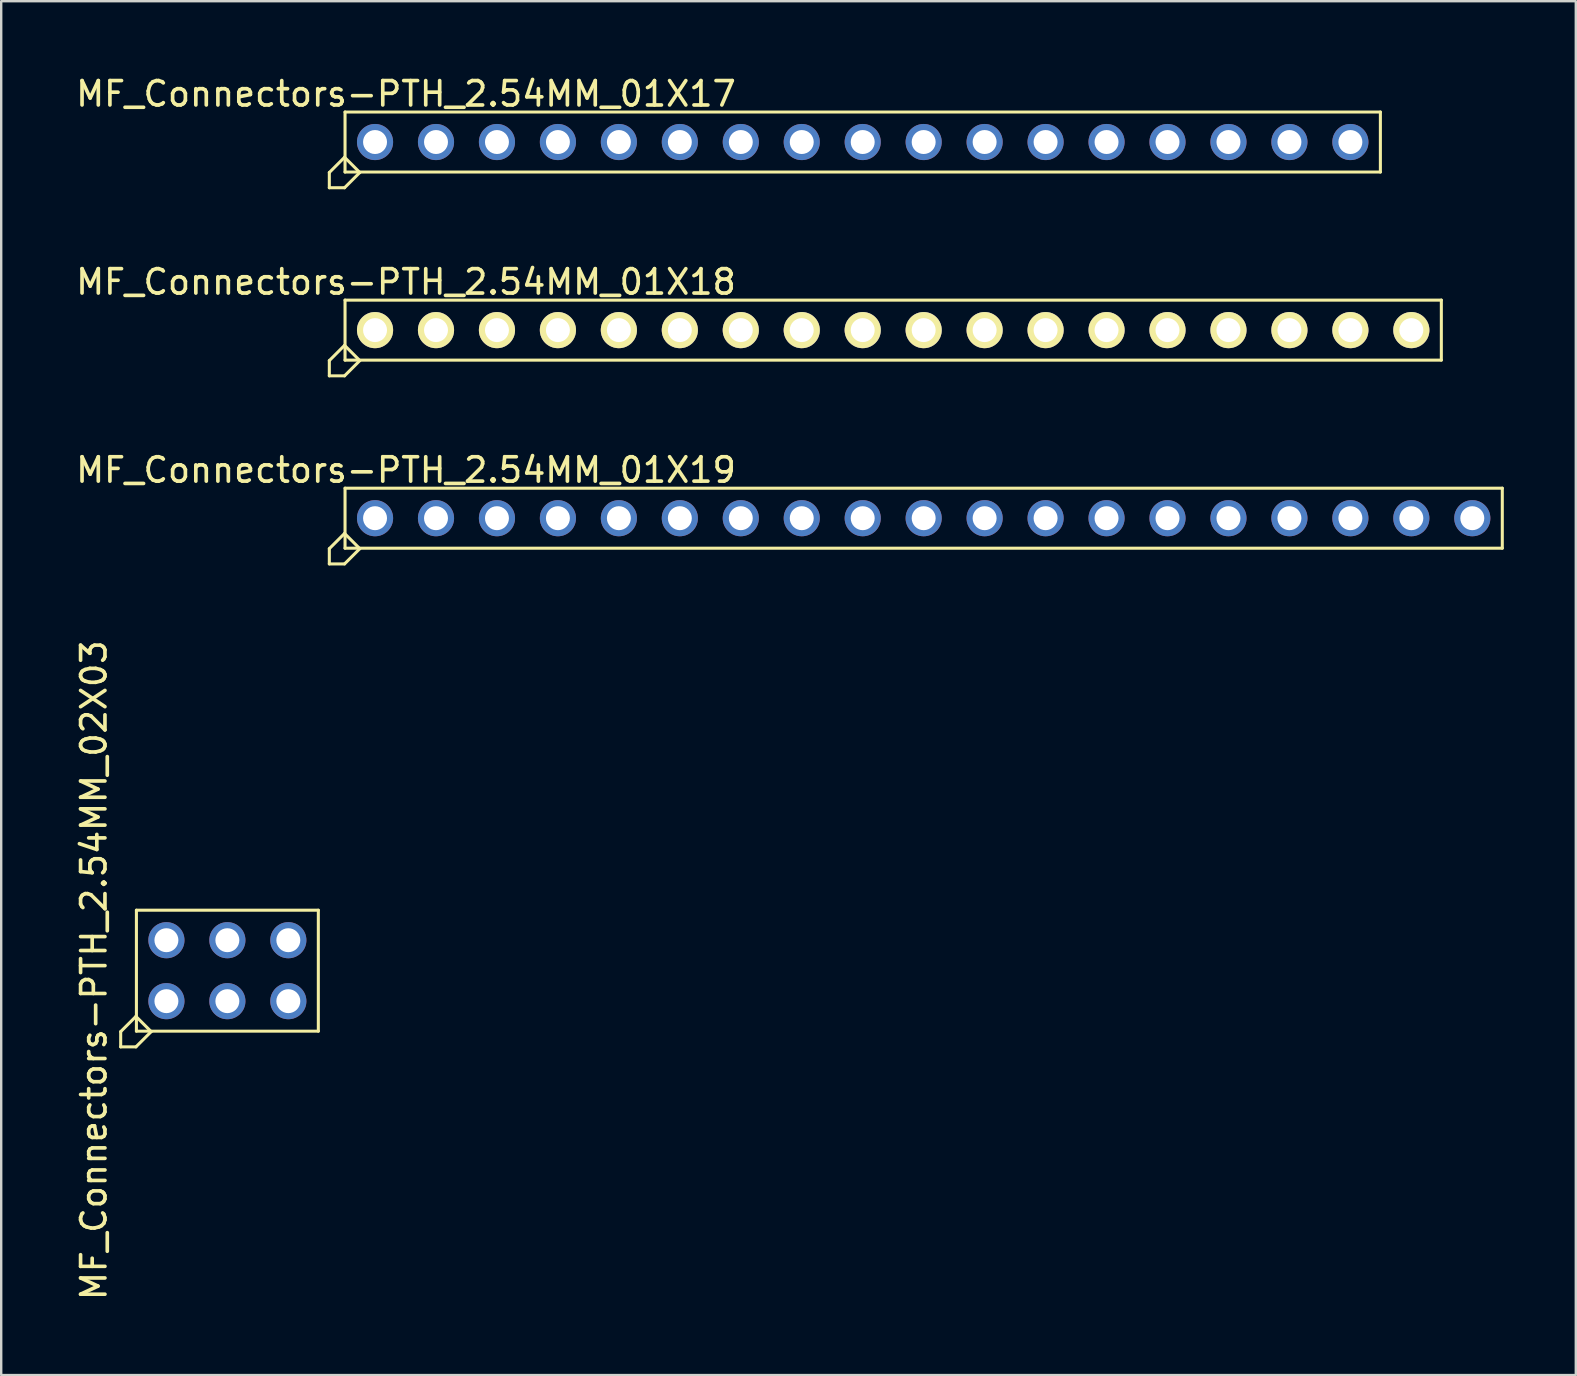
<source format=kicad_pcb>
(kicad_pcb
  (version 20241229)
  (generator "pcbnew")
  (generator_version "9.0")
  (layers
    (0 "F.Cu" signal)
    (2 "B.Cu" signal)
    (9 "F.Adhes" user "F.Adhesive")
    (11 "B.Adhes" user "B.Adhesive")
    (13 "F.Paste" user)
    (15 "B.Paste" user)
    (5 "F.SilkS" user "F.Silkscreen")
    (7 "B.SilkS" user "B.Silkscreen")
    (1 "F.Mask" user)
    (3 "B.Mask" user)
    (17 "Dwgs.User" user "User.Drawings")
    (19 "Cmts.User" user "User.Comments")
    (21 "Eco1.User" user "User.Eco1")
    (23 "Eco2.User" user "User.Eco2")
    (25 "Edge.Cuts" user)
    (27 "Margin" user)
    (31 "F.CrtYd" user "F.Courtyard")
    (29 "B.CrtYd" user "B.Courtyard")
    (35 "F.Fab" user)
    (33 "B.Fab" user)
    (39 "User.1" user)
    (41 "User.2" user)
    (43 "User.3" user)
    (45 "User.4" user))
  (footprint "MF_Connectors-PTH_2.54MM_02X03"
    (layer "F.Cu")
    (at 6.424 37.396)
    (property "Reference" "MF_Connectors-PTH_2.54MM_02X03" (at -5.563 -0.018 90) (layer "F.SilkS") (effects (font (size 1.016 1.016) (thickness 0.152))))
    (attr exclude_from_pos_files exclude_from_bom)
    (fp_line (start -4.445 2.54) (end -4.445 3.175) (stroke (width 0.127) (type solid)) (layer "F.SilkS"))
    (fp_line (start -4.445 3.175) (end -3.81 3.175) (stroke (width 0.127) (type solid)) (layer "F.SilkS"))
    (fp_line (start -3.81 1.905) (end -4.445 2.54) (stroke (width 0.127) (type solid)) (layer "F.SilkS"))
    (fp_line (start -3.81 3.175) (end -3.175 2.54) (stroke (width 0.127) (type solid)) (layer "F.SilkS"))
    (fp_line (start -3.79 -2.52) (end 3.79 -2.52) (stroke (width 0.127) (type solid)) (layer "F.SilkS"))
    (fp_line (start -3.79 2.52) (end -3.79 -2.52) (stroke (width 0.127) (type solid)) (layer "F.SilkS"))
    (fp_line (start -3.175 2.54) (end -3.81 1.905) (stroke (width 0.127) (type solid)) (layer "F.SilkS"))
    (fp_line (start 3.79 -2.52) (end 3.79 2.52) (stroke (width 0.127) (type solid)) (layer "F.SilkS"))
    (fp_line (start 3.79 2.52) (end -3.79 2.52) (stroke (width 0.127) (type solid)) (layer "F.SilkS"))
    (pad "1" thru_hole circle (at -2.54 1.27) (size 1.506 1.506) (drill 0.998) (layers "*.Cu" "*.Mask"))
    (pad "2" thru_hole circle (at -2.54 -1.27) (size 1.506 1.506) (drill 0.998) (layers "*.Cu" "*.Mask"))
    (pad "3" thru_hole circle (at 0 1.27) (size 1.506 1.506) (drill 0.998) (layers "*.Cu" "*.Mask"))
    (pad "4" thru_hole circle (at 0 -1.27) (size 1.506 1.506) (drill 0.998) (layers "*.Cu" "*.Mask"))
    (pad "5" thru_hole circle (at 2.54 1.27) (size 1.506 1.506) (drill 0.998) (layers "*.Cu" "*.Mask"))
    (pad "6" thru_hole circle (at 2.54 -1.27) (size 1.506 1.506) (drill 0.998) (layers "*.Cu" "*.Mask")))
  (footprint "MF_Connectors-PTH_2.54MM_01X19"
    (layer "F.Cu")
    (at 35.437 18.542)
    (property "Reference" "MF_Connectors-PTH_2.54MM_01X19" (at -21.57 -2.007 0) (layer "F.SilkS") (effects (font (size 1.016 1.016) (thickness 0.152))))
    (attr exclude_from_pos_files exclude_from_bom)
    (fp_line (start -24.765 1.27) (end -24.765 1.905) (stroke (width 0.127) (type solid)) (layer "F.SilkS"))
    (fp_line (start -24.765 1.905) (end -24.13 1.905) (stroke (width 0.127) (type solid)) (layer "F.SilkS"))
    (fp_line (start -24.13 0.635) (end -24.765 1.27) (stroke (width 0.127) (type solid)) (layer "F.SilkS"))
    (fp_line (start -24.13 1.905) (end -23.495 1.27) (stroke (width 0.127) (type solid)) (layer "F.SilkS"))
    (fp_line (start -24.11 -1.25) (end 24.11 -1.25) (stroke (width 0.127) (type solid)) (layer "F.SilkS"))
    (fp_line (start -24.11 1.25) (end -24.11 -1.25) (stroke (width 0.127) (type solid)) (layer "F.SilkS"))
    (fp_line (start -23.495 1.27) (end -24.13 0.635) (stroke (width 0.127) (type solid)) (layer "F.SilkS"))
    (fp_line (start 24.11 -1.25) (end 24.11 1.25) (stroke (width 0.127) (type solid)) (layer "F.SilkS"))
    (fp_line (start 24.11 1.25) (end -24.11 1.25) (stroke (width 0.127) (type solid)) (layer "F.SilkS"))
    (pad "1" thru_hole circle (at -22.86 0) (size 1.506 1.506) (drill 0.998) (layers "*.Cu" "*.Mask"))
    (pad "2" thru_hole circle (at -20.32 0) (size 1.506 1.506) (drill 0.998) (layers "*.Cu" "*.Mask"))
    (pad "3" thru_hole circle (at -17.78 0) (size 1.506 1.506) (drill 0.998) (layers "*.Cu" "*.Mask"))
    (pad "4" thru_hole circle (at -15.24 0) (size 1.506 1.506) (drill 0.998) (layers "*.Cu" "*.Mask"))
    (pad "5" thru_hole circle (at -12.7 0) (size 1.506 1.506) (drill 0.998) (layers "*.Cu" "*.Mask"))
    (pad "6" thru_hole circle (at -10.16 0) (size 1.506 1.506) (drill 0.998) (layers "*.Cu" "*.Mask"))
    (pad "7" thru_hole circle (at -7.62 0) (size 1.506 1.506) (drill 0.998) (layers "*.Cu" "*.Mask"))
    (pad "8" thru_hole circle (at -5.08 0) (size 1.506 1.506) (drill 0.998) (layers "*.Cu" "*.Mask"))
    (pad "9" thru_hole circle (at -2.54 0) (size 1.506 1.506) (drill 0.998) (layers "*.Cu" "*.Mask"))
    (pad "10" thru_hole circle (at 0 0) (size 1.506 1.506) (drill 0.998) (layers "*.Cu" "*.Mask"))
    (pad "11" thru_hole circle (at 2.54 0) (size 1.506 1.506) (drill 0.998) (layers "*.Cu" "*.Mask"))
    (pad "12" thru_hole circle (at 5.08 0) (size 1.506 1.506) (drill 0.998) (layers "*.Cu" "*.Mask"))
    (pad "13" thru_hole circle (at 7.62 0) (size 1.506 1.506) (drill 0.998) (layers "*.Cu" "*.Mask"))
    (pad "14" thru_hole circle (at 10.16 0) (size 1.506 1.506) (drill 0.998) (layers "*.Cu" "*.Mask"))
    (pad "15" thru_hole circle (at 12.7 0) (size 1.506 1.506) (drill 0.998) (layers "*.Cu" "*.Mask"))
    (pad "16" thru_hole circle (at 15.24 0) (size 1.506 1.506) (drill 0.998) (layers "*.Cu" "*.Mask"))
    (pad "17" thru_hole circle (at 17.78 0) (size 1.506 1.506) (drill 0.998) (layers "*.Cu" "*.Mask"))
    (pad "18" thru_hole circle (at 20.32 0) (size 1.506 1.506) (drill 0.998) (layers "*.Cu" "*.Mask"))
    (pad "19" thru_hole circle (at 22.86 0) (size 1.506 1.506) (drill 0.998) (layers "*.Cu" "*.Mask")))
  (footprint "MF_Connectors-PTH_2.54MM_01X18"
    (layer "F.Cu")
    (at 34.167 10.705)
    (property "Reference" "MF_Connectors-PTH_2.54MM_01X18" (at -20.3 -2.007 0) (layer "F.SilkS") (effects (font (size 1.016 1.016) (thickness 0.152))))
    (attr exclude_from_pos_files exclude_from_bom)
    (fp_line (start -23.495 1.27) (end -23.495 1.905) (stroke (width 0.127) (type solid)) (layer "F.SilkS"))
    (fp_line (start -23.495 1.905) (end -22.86 1.905) (stroke (width 0.127) (type solid)) (layer "F.SilkS"))
    (fp_line (start -22.86 0.635) (end -23.495 1.27) (stroke (width 0.127) (type solid)) (layer "F.SilkS"))
    (fp_line (start -22.86 1.905) (end -22.225 1.27) (stroke (width 0.127) (type solid)) (layer "F.SilkS"))
    (fp_line (start -22.84 -1.25) (end 22.84 -1.25) (stroke (width 0.127) (type solid)) (layer "F.SilkS"))
    (fp_line (start -22.84 1.25) (end -22.84 -1.25) (stroke (width 0.127) (type solid)) (layer "F.SilkS"))
    (fp_line (start -22.225 1.27) (end -22.86 0.635) (stroke (width 0.127) (type solid)) (layer "F.SilkS"))
    (fp_line (start 22.84 -1.25) (end 22.84 1.25) (stroke (width 0.127) (type solid)) (layer "F.SilkS"))
    (fp_line (start 22.84 1.25) (end -22.84 1.25) (stroke (width 0.127) (type solid)) (layer "F.SilkS"))
    (pad "P$1" thru_hole circle (at -21.59 0) (size 1.506 1.506) (drill 0.998) (layers "*.Cu" "F.Mask" "F.SilkS" "F.Paste"))
    (pad "P$2" thru_hole circle (at -19.05 0) (size 1.506 1.506) (drill 0.998) (layers "*.Cu" "F.Mask" "F.SilkS" "F.Paste"))
    (pad "P$3" thru_hole circle (at -16.51 0) (size 1.506 1.506) (drill 0.998) (layers "*.Cu" "F.Mask" "F.SilkS" "F.Paste"))
    (pad "P$4" thru_hole circle (at -13.97 0) (size 1.506 1.506) (drill 0.998) (layers "*.Cu" "F.Mask" "F.SilkS" "F.Paste"))
    (pad "P$5" thru_hole circle (at -11.43 0) (size 1.506 1.506) (drill 0.998) (layers "*.Cu" "F.Mask" "F.SilkS" "F.Paste"))
    (pad "P$6" thru_hole circle (at -8.89 0) (size 1.506 1.506) (drill 0.998) (layers "*.Cu" "F.Mask" "F.SilkS" "F.Paste"))
    (pad "P$7" thru_hole circle (at -6.35 0) (size 1.506 1.506) (drill 0.998) (layers "*.Cu" "F.Mask" "F.SilkS" "F.Paste"))
    (pad "P$8" thru_hole circle (at -3.81 0) (size 1.506 1.506) (drill 0.998) (layers "*.Cu" "F.Mask" "F.SilkS" "F.Paste"))
    (pad "P$9" thru_hole circle (at -1.27 0) (size 1.506 1.506) (drill 0.998) (layers "*.Cu" "F.Mask" "F.SilkS" "F.Paste"))
    (pad "P$10" thru_hole circle (at 1.27 0) (size 1.506 1.506) (drill 0.998) (layers "*.Cu" "F.Mask" "F.SilkS" "F.Paste"))
    (pad "P$11" thru_hole circle (at 3.81 0) (size 1.506 1.506) (drill 0.998) (layers "*.Cu" "F.Mask" "F.SilkS" "F.Paste"))
    (pad "P$12" thru_hole circle (at 6.35 0) (size 1.506 1.506) (drill 0.998) (layers "*.Cu" "F.Mask" "F.SilkS" "F.Paste"))
    (pad "P$13" thru_hole circle (at 8.89 0) (size 1.506 1.506) (drill 0.998) (layers "*.Cu" "F.Mask" "F.SilkS" "F.Paste"))
    (pad "P$14" thru_hole circle (at 11.43 0) (size 1.506 1.506) (drill 0.998) (layers "*.Cu" "F.Mask" "F.SilkS" "F.Paste"))
    (pad "P$15" thru_hole circle (at 13.97 0) (size 1.506 1.506) (drill 0.998) (layers "*.Cu" "F.Mask" "F.SilkS" "F.Paste"))
    (pad "P$16" thru_hole circle (at 16.51 0) (size 1.506 1.506) (drill 0.998) (layers "*.Cu" "F.Mask" "F.SilkS" "F.Paste"))
    (pad "P$17" thru_hole circle (at 19.05 0) (size 1.506 1.506) (drill 0.998) (layers "*.Cu" "F.Mask" "F.SilkS" "F.Paste"))
    (pad "P$18" thru_hole circle (at 21.59 0) (size 1.506 1.506) (drill 0.998) (layers "*.Cu" "F.Mask" "F.SilkS" "F.Paste")))
  (footprint "MF_Connectors-PTH_2.54MM_01X17"
    (layer "F.Cu")
    (at 32.897 2.868)
    (property "Reference" "MF_Connectors-PTH_2.54MM_01X17" (at -19.03 -2.007 0) (layer "F.SilkS") (effects (font (size 1.016 1.016) (thickness 0.152))))
    (attr exclude_from_pos_files exclude_from_bom)
    (fp_line (start -22.225 1.27) (end -22.225 1.905) (stroke (width 0.127) (type solid)) (layer "F.SilkS"))
    (fp_line (start -22.225 1.905) (end -21.59 1.905) (stroke (width 0.127) (type solid)) (layer "F.SilkS"))
    (fp_line (start -21.59 0.635) (end -22.225 1.27) (stroke (width 0.127) (type solid)) (layer "F.SilkS"))
    (fp_line (start -21.59 1.905) (end -20.955 1.27) (stroke (width 0.127) (type solid)) (layer "F.SilkS"))
    (fp_line (start -21.57 -1.25) (end 21.57 -1.25) (stroke (width 0.127) (type solid)) (layer "F.SilkS"))
    (fp_line (start -21.57 1.25) (end -21.57 -1.25) (stroke (width 0.127) (type solid)) (layer "F.SilkS"))
    (fp_line (start -20.955 1.27) (end -21.59 0.635) (stroke (width 0.127) (type solid)) (layer "F.SilkS"))
    (fp_line (start 21.57 -1.25) (end 21.57 1.25) (stroke (width 0.127) (type solid)) (layer "F.SilkS"))
    (fp_line (start 21.57 1.25) (end -21.57 1.25) (stroke (width 0.127) (type solid)) (layer "F.SilkS"))
    (pad "1" thru_hole circle (at -20.32 0) (size 1.506 1.506) (drill 0.998) (layers "*.Cu" "*.Mask"))
    (pad "2" thru_hole circle (at -17.78 0) (size 1.506 1.506) (drill 0.998) (layers "*.Cu" "*.Mask"))
    (pad "3" thru_hole circle (at -15.24 0) (size 1.506 1.506) (drill 0.998) (layers "*.Cu" "*.Mask"))
    (pad "4" thru_hole circle (at -12.7 0) (size 1.506 1.506) (drill 0.998) (layers "*.Cu" "*.Mask"))
    (pad "5" thru_hole circle (at -10.16 0) (size 1.506 1.506) (drill 0.998) (layers "*.Cu" "*.Mask"))
    (pad "6" thru_hole circle (at -7.62 0) (size 1.506 1.506) (drill 0.998) (layers "*.Cu" "*.Mask"))
    (pad "7" thru_hole circle (at -5.08 0) (size 1.506 1.506) (drill 0.998) (layers "*.Cu" "*.Mask"))
    (pad "8" thru_hole circle (at -2.54 0) (size 1.506 1.506) (drill 0.998) (layers "*.Cu" "*.Mask"))
    (pad "9" thru_hole circle (at 0 0) (size 1.506 1.506) (drill 0.998) (layers "*.Cu" "*.Mask"))
    (pad "10" thru_hole circle (at 2.54 0) (size 1.506 1.506) (drill 0.998) (layers "*.Cu" "*.Mask"))
    (pad "11" thru_hole circle (at 5.08 0) (size 1.506 1.506) (drill 0.998) (layers "*.Cu" "*.Mask"))
    (pad "12" thru_hole circle (at 7.62 0) (size 1.506 1.506) (drill 0.998) (layers "*.Cu" "*.Mask"))
    (pad "13" thru_hole circle (at 10.16 0) (size 1.506 1.506) (drill 0.998) (layers "*.Cu" "*.Mask"))
    (pad "14" thru_hole circle (at 12.7 0) (size 1.506 1.506) (drill 0.998) (layers "*.Cu" "*.Mask"))
    (pad "15" thru_hole circle (at 15.24 0) (size 1.506 1.506) (drill 0.998) (layers "*.Cu" "*.Mask"))
    (pad "16" thru_hole circle (at 17.78 0) (size 1.506 1.506) (drill 0.998) (layers "*.Cu" "*.Mask"))
    (pad "17" thru_hole circle (at 20.32 0) (size 1.506 1.506) (drill 0.998) (layers "*.Cu" "*.Mask")))
  (gr_rect
    (start -3 -3)
    (end 62.61 54.245)
    (stroke (width 0.1) (type default))
    (fill no)
    (layer "Edge.Cuts")))
</source>
